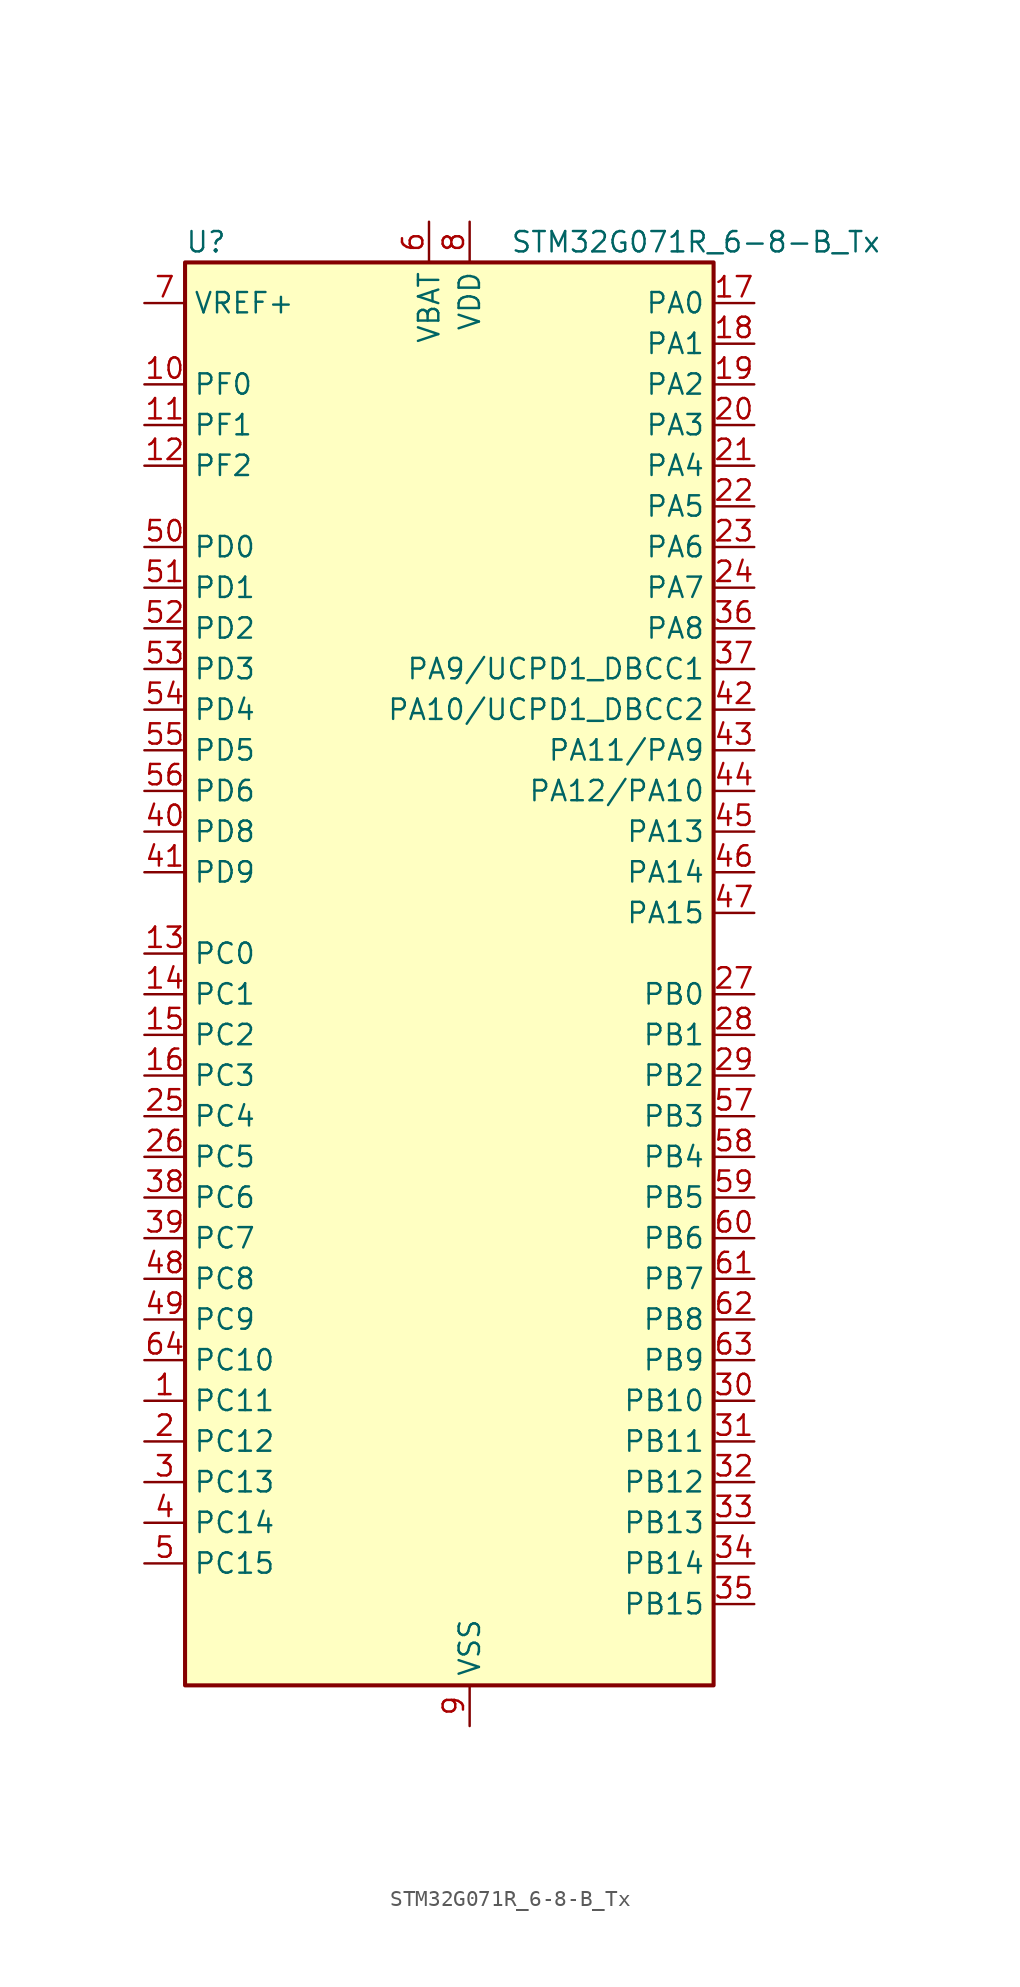
<source format=kicad_sym>
(kicad_symbol_lib
  (version 20211014)
  (generator kicad-library-utils)
  (symbol "STM32G071R_6-8-B_Tx"
    (property "Reference" "U"
      (at -15.24 46.99 0)
      (effects (font (size 1.27 1.27)) (justify left)))
    (property "Value" "STM32G071R_6-8-B_Tx"
      (at 5.08 46.99 0)
      (effects (font (size 1.27 1.27)) (justify left)))
    (property "ki_fp_filters" "LQFP*10x10mm*P0.5mm*"
      (at 0.0 0.0 0.0)
      (effects (font (size 1.27 1.27))))
    (symbol "STM32G071R_6-8-B_Tx_0_1"
      (rectangle (start -15.24 -43.18) (end 17.78 45.72) (stroke (width 0.254)) (fill (type background))))
    (symbol "STM32G071R_6-8-B_Tx_1_1"
      (pin input line (at -17.78 43.18 0) (length 2.54) (name "VREF+" (effects (font (size 1.27 1.27)))) (number "7" (effects (font (size 1.27 1.27)))) (alternate "VREFBUF_OUT" bidirectional line))
      (pin bidirectional line (at -17.78 38.1 0) (length 2.54) (name "PF0" (effects (font (size 1.27 1.27)))) (number "10" (effects (font (size 1.27 1.27)))) (alternate "RCC_OSC_IN" bidirectional line) (alternate "TIM14_CH1" bidirectional line))
      (pin bidirectional line (at -17.78 35.56 0) (length 2.54) (name "PF1" (effects (font (size 1.27 1.27)))) (number "11" (effects (font (size 1.27 1.27)))) (alternate "RCC_OSC_EN" bidirectional line) (alternate "RCC_OSC_OUT" bidirectional line) (alternate "TIM15_CH1N" bidirectional line))
      (pin bidirectional line (at -17.78 33.02 0) (length 2.54) (name "PF2" (effects (font (size 1.27 1.27)))) (number "12" (effects (font (size 1.27 1.27)))) (alternate "RCC_MCO" bidirectional line))
      (pin bidirectional line (at -17.78 27.94 0) (length 2.54) (name "PD0" (effects (font (size 1.27 1.27)))) (number "50" (effects (font (size 1.27 1.27)))) (alternate "SPI2_NSS" bidirectional line) (alternate "TIM16_CH1" bidirectional line) (alternate "UCPD2_CC1" bidirectional line))
      (pin bidirectional line (at -17.78 25.4 0) (length 2.54) (name "PD1" (effects (font (size 1.27 1.27)))) (number "51" (effects (font (size 1.27 1.27)))) (alternate "SPI2_SCK" bidirectional line) (alternate "TIM17_CH1" bidirectional line) (alternate "UCPD2_DBCC1" bidirectional line))
      (pin bidirectional line (at -17.78 22.86 0) (length 2.54) (name "PD2" (effects (font (size 1.27 1.27)))) (number "52" (effects (font (size 1.27 1.27)))) (alternate "TIM1_CH1N" bidirectional line) (alternate "TIM3_ETR" bidirectional line) (alternate "UCPD2_CC2" bidirectional line) (alternate "USART3_CK" bidirectional line) (alternate "USART3_DE" bidirectional line) (alternate "USART3_RTS" bidirectional line))
      (pin bidirectional line (at -17.78 20.32 0) (length 2.54) (name "PD3" (effects (font (size 1.27 1.27)))) (number "53" (effects (font (size 1.27 1.27)))) (alternate "SPI2_MISO" bidirectional line) (alternate "TIM1_CH2N" bidirectional line) (alternate "UCPD2_DBCC2" bidirectional line) (alternate "USART2_CTS" bidirectional line) (alternate "USART2_NSS" bidirectional line))
      (pin bidirectional line (at -17.78 17.78 0) (length 2.54) (name "PD4" (effects (font (size 1.27 1.27)))) (number "54" (effects (font (size 1.27 1.27)))) (alternate "SPI2_MOSI" bidirectional line) (alternate "TIM1_CH3N" bidirectional line) (alternate "USART2_CK" bidirectional line) (alternate "USART2_DE" bidirectional line) (alternate "USART2_RTS" bidirectional line))
      (pin bidirectional line (at -17.78 15.24 0) (length 2.54) (name "PD5" (effects (font (size 1.27 1.27)))) (number "55" (effects (font (size 1.27 1.27)))) (alternate "I2S1_MCK" bidirectional line) (alternate "SPI1_MISO" bidirectional line) (alternate "TIM1_BK" bidirectional line) (alternate "USART2_TX" bidirectional line))
      (pin bidirectional line (at -17.78 12.7 0) (length 2.54) (name "PD6" (effects (font (size 1.27 1.27)))) (number "56" (effects (font (size 1.27 1.27)))) (alternate "I2S1_SD" bidirectional line) (alternate "LPTIM2_OUT" bidirectional line) (alternate "SPI1_MOSI" bidirectional line) (alternate "USART2_RX" bidirectional line))
      (pin bidirectional line (at -17.78 10.16 0) (length 2.54) (name "PD8" (effects (font (size 1.27 1.27)))) (number "40" (effects (font (size 1.27 1.27)))) (alternate "I2S1_CK" bidirectional line) (alternate "LPTIM1_OUT" bidirectional line) (alternate "SPI1_SCK" bidirectional line) (alternate "USART3_TX" bidirectional line))
      (pin bidirectional line (at -17.78 7.62 0) (length 2.54) (name "PD9" (effects (font (size 1.27 1.27)))) (number "41" (effects (font (size 1.27 1.27)))) (alternate "DAC1_EXTI9" bidirectional line) (alternate "I2S1_WS" bidirectional line) (alternate "SPI1_NSS" bidirectional line) (alternate "TIM1_BK2" bidirectional line) (alternate "USART3_RX" bidirectional line))
      (pin bidirectional line (at -17.78 2.54 0) (length 2.54) (name "PC0" (effects (font (size 1.27 1.27)))) (number "13" (effects (font (size 1.27 1.27)))) (alternate "LPTIM1_IN1" bidirectional line) (alternate "LPTIM2_IN1" bidirectional line) (alternate "LPUART1_RX" bidirectional line))
      (pin bidirectional line (at -17.78 0.0 0) (length 2.54) (name "PC1" (effects (font (size 1.27 1.27)))) (number "14" (effects (font (size 1.27 1.27)))) (alternate "LPTIM1_OUT" bidirectional line) (alternate "LPUART1_TX" bidirectional line) (alternate "TIM15_CH1" bidirectional line))
      (pin bidirectional line (at -17.78 -2.54 0) (length 2.54) (name "PC2" (effects (font (size 1.27 1.27)))) (number "15" (effects (font (size 1.27 1.27)))) (alternate "LPTIM1_IN2" bidirectional line) (alternate "SPI2_MISO" bidirectional line) (alternate "TIM15_CH2" bidirectional line))
      (pin bidirectional line (at -17.78 -5.08 0) (length 2.54) (name "PC3" (effects (font (size 1.27 1.27)))) (number "16" (effects (font (size 1.27 1.27)))) (alternate "LPTIM1_ETR" bidirectional line) (alternate "LPTIM2_ETR" bidirectional line) (alternate "SPI2_MOSI" bidirectional line))
      (pin bidirectional line (at -17.78 -7.62 0) (length 2.54) (name "PC4" (effects (font (size 1.27 1.27)))) (number "25" (effects (font (size 1.27 1.27)))) (alternate "ADC1_IN17" bidirectional line) (alternate "COMP1_INM" bidirectional line) (alternate "TIM2_CH1" bidirectional line) (alternate "TIM2_ETR" bidirectional line) (alternate "USART1_TX" bidirectional line) (alternate "USART3_TX" bidirectional line))
      (pin bidirectional line (at -17.78 -10.16 0) (length 2.54) (name "PC5" (effects (font (size 1.27 1.27)))) (number "26" (effects (font (size 1.27 1.27)))) (alternate "ADC1_IN18" bidirectional line) (alternate "COMP1_INP" bidirectional line) (alternate "SYS_WKUP5" bidirectional line) (alternate "TIM2_CH2" bidirectional line) (alternate "USART1_RX" bidirectional line) (alternate "USART3_RX" bidirectional line))
      (pin bidirectional line (at -17.78 -12.7 0) (length 2.54) (name "PC6" (effects (font (size 1.27 1.27)))) (number "38" (effects (font (size 1.27 1.27)))) (alternate "TIM2_CH3" bidirectional line) (alternate "TIM3_CH1" bidirectional line) (alternate "UCPD1_FRSTX1" bidirectional line) (alternate "UCPD1_FRSTX2" bidirectional line))
      (pin bidirectional line (at -17.78 -15.24 0) (length 2.54) (name "PC7" (effects (font (size 1.27 1.27)))) (number "39" (effects (font (size 1.27 1.27)))) (alternate "TIM2_CH4" bidirectional line) (alternate "TIM3_CH2" bidirectional line) (alternate "UCPD2_FRSTX1" bidirectional line) (alternate "UCPD2_FRSTX2" bidirectional line))
      (pin bidirectional line (at -17.78 -17.78 0) (length 2.54) (name "PC8" (effects (font (size 1.27 1.27)))) (number "48" (effects (font (size 1.27 1.27)))) (alternate "TIM1_CH1" bidirectional line) (alternate "TIM3_CH3" bidirectional line) (alternate "UCPD2_FRSTX1" bidirectional line) (alternate "UCPD2_FRSTX2" bidirectional line))
      (pin bidirectional line (at -17.78 -20.32 0) (length 2.54) (name "PC9" (effects (font (size 1.27 1.27)))) (number "49" (effects (font (size 1.27 1.27)))) (alternate "DAC1_EXTI9" bidirectional line) (alternate "I2S_CKIN" bidirectional line) (alternate "TIM1_CH2" bidirectional line) (alternate "TIM3_CH4" bidirectional line))
      (pin bidirectional line (at -17.78 -22.86 0) (length 2.54) (name "PC10" (effects (font (size 1.27 1.27)))) (number "64" (effects (font (size 1.27 1.27)))) (alternate "TIM1_CH3" bidirectional line) (alternate "USART3_TX" bidirectional line) (alternate "USART4_TX" bidirectional line))
      (pin bidirectional line (at -17.78 -25.4 0) (length 2.54) (name "PC11" (effects (font (size 1.27 1.27)))) (number "1" (effects (font (size 1.27 1.27)))) (alternate "ADC1_EXTI11" bidirectional line) (alternate "TIM1_CH4" bidirectional line) (alternate "USART3_RX" bidirectional line) (alternate "USART4_RX" bidirectional line))
      (pin bidirectional line (at -17.78 -27.94 0) (length 2.54) (name "PC12" (effects (font (size 1.27 1.27)))) (number "2" (effects (font (size 1.27 1.27)))) (alternate "LPTIM1_IN1" bidirectional line) (alternate "TIM14_CH1" bidirectional line) (alternate "UCPD1_FRSTX1" bidirectional line) (alternate "UCPD1_FRSTX2" bidirectional line))
      (pin bidirectional line (at -17.78 -30.48 0) (length 2.54) (name "PC13" (effects (font (size 1.27 1.27)))) (number "3" (effects (font (size 1.27 1.27)))) (alternate "RTC_OUT_ALARM" bidirectional line) (alternate "RTC_OUT_CALIB" bidirectional line) (alternate "RTC_TAMP_IN1" bidirectional line) (alternate "RTC_TS" bidirectional line) (alternate "SYS_WKUP2" bidirectional line) (alternate "TIM1_BK" bidirectional line))
      (pin bidirectional line (at -17.78 -33.02 0) (length 2.54) (name "PC14" (effects (font (size 1.27 1.27)))) (number "4" (effects (font (size 1.27 1.27)))) (alternate "RCC_OSC32_IN" bidirectional line) (alternate "TIM1_BK2" bidirectional line))
      (pin bidirectional line (at -17.78 -35.56 0) (length 2.54) (name "PC15" (effects (font (size 1.27 1.27)))) (number "5" (effects (font (size 1.27 1.27)))) (alternate "RCC_OSC32_EN" bidirectional line) (alternate "RCC_OSC32_OUT" bidirectional line) (alternate "RCC_OSC_EN" bidirectional line) (alternate "TIM15_BK" bidirectional line))
      (pin bidirectional line (at 20.32 43.18 180) (length 2.54) (name "PA0" (effects (font (size 1.27 1.27)))) (number "17" (effects (font (size 1.27 1.27)))) (alternate "ADC1_IN0" bidirectional line) (alternate "COMP1_INM" bidirectional line) (alternate "COMP1_OUT" bidirectional line) (alternate "LPTIM1_OUT" bidirectional line) (alternate "RTC_TAMP_IN2" bidirectional line) (alternate "SPI2_SCK" bidirectional line) (alternate "SYS_WKUP1" bidirectional line) (alternate "TIM2_CH1" bidirectional line) (alternate "TIM2_ETR" bidirectional line) (alternate "UCPD2_FRSTX1" bidirectional line) (alternate "UCPD2_FRSTX2" bidirectional line) (alternate "USART2_CTS" bidirectional line) (alternate "USART2_NSS" bidirectional line) (alternate "USART4_TX" bidirectional line))
      (pin bidirectional line (at 20.32 40.64 180) (length 2.54) (name "PA1" (effects (font (size 1.27 1.27)))) (number "18" (effects (font (size 1.27 1.27)))) (alternate "ADC1_IN1" bidirectional line) (alternate "COMP1_INP" bidirectional line) (alternate "I2C1_SMBA" bidirectional line) (alternate "I2S1_CK" bidirectional line) (alternate "SPI1_SCK" bidirectional line) (alternate "TIM15_CH1N" bidirectional line) (alternate "TIM2_CH2" bidirectional line) (alternate "USART2_CK" bidirectional line) (alternate "USART2_DE" bidirectional line) (alternate "USART2_RTS" bidirectional line) (alternate "USART4_RX" bidirectional line))
      (pin bidirectional line (at 20.32 38.1 180) (length 2.54) (name "PA2" (effects (font (size 1.27 1.27)))) (number "19" (effects (font (size 1.27 1.27)))) (alternate "ADC1_IN2" bidirectional line) (alternate "COMP2_INM" bidirectional line) (alternate "COMP2_OUT" bidirectional line) (alternate "I2S1_SD" bidirectional line) (alternate "LPUART1_TX" bidirectional line) (alternate "RCC_LSCO" bidirectional line) (alternate "SPI1_MOSI" bidirectional line) (alternate "SYS_WKUP4" bidirectional line) (alternate "TIM15_CH1" bidirectional line) (alternate "TIM2_CH3" bidirectional line) (alternate "UCPD1_FRSTX1" bidirectional line) (alternate "UCPD1_FRSTX2" bidirectional line) (alternate "USART2_TX" bidirectional line))
      (pin bidirectional line (at 20.32 35.56 180) (length 2.54) (name "PA3" (effects (font (size 1.27 1.27)))) (number "20" (effects (font (size 1.27 1.27)))) (alternate "ADC1_IN3" bidirectional line) (alternate "COMP2_INP" bidirectional line) (alternate "LPUART1_RX" bidirectional line) (alternate "SPI2_MISO" bidirectional line) (alternate "TIM15_CH2" bidirectional line) (alternate "TIM2_CH4" bidirectional line) (alternate "UCPD2_FRSTX1" bidirectional line) (alternate "UCPD2_FRSTX2" bidirectional line) (alternate "USART2_RX" bidirectional line))
      (pin bidirectional line (at 20.32 33.02 180) (length 2.54) (name "PA4" (effects (font (size 1.27 1.27)))) (number "21" (effects (font (size 1.27 1.27)))) (alternate "ADC1_IN4" bidirectional line) (alternate "DAC1_OUT1" bidirectional line) (alternate "I2S1_WS" bidirectional line) (alternate "LPTIM2_OUT" bidirectional line) (alternate "RTC_OUT_ALARM" bidirectional line) (alternate "RTC_OUT_CALIB" bidirectional line) (alternate "SPI1_NSS" bidirectional line) (alternate "SPI2_MOSI" bidirectional line) (alternate "TIM14_CH1" bidirectional line) (alternate "UCPD2_FRSTX1" bidirectional line) (alternate "UCPD2_FRSTX2" bidirectional line))
      (pin bidirectional line (at 20.32 30.48 180) (length 2.54) (name "PA5" (effects (font (size 1.27 1.27)))) (number "22" (effects (font (size 1.27 1.27)))) (alternate "ADC1_IN5" bidirectional line) (alternate "CEC" bidirectional line) (alternate "DAC1_OUT2" bidirectional line) (alternate "I2S1_CK" bidirectional line) (alternate "LPTIM2_ETR" bidirectional line) (alternate "SPI1_SCK" bidirectional line) (alternate "TIM2_CH1" bidirectional line) (alternate "TIM2_ETR" bidirectional line) (alternate "UCPD1_FRSTX1" bidirectional line) (alternate "UCPD1_FRSTX2" bidirectional line) (alternate "USART3_TX" bidirectional line))
      (pin bidirectional line (at 20.32 27.94 180) (length 2.54) (name "PA6" (effects (font (size 1.27 1.27)))) (number "23" (effects (font (size 1.27 1.27)))) (alternate "ADC1_IN6" bidirectional line) (alternate "COMP1_OUT" bidirectional line) (alternate "I2S1_MCK" bidirectional line) (alternate "LPUART1_CTS" bidirectional line) (alternate "SPI1_MISO" bidirectional line) (alternate "TIM16_CH1" bidirectional line) (alternate "TIM1_BK" bidirectional line) (alternate "TIM3_CH1" bidirectional line) (alternate "USART3_CTS" bidirectional line) (alternate "USART3_NSS" bidirectional line))
      (pin bidirectional line (at 20.32 25.4 180) (length 2.54) (name "PA7" (effects (font (size 1.27 1.27)))) (number "24" (effects (font (size 1.27 1.27)))) (alternate "ADC1_IN7" bidirectional line) (alternate "COMP2_OUT" bidirectional line) (alternate "I2S1_SD" bidirectional line) (alternate "SPI1_MOSI" bidirectional line) (alternate "TIM14_CH1" bidirectional line) (alternate "TIM17_CH1" bidirectional line) (alternate "TIM1_CH1N" bidirectional line) (alternate "TIM3_CH2" bidirectional line) (alternate "UCPD1_FRSTX1" bidirectional line) (alternate "UCPD1_FRSTX2" bidirectional line))
      (pin bidirectional line (at 20.32 22.86 180) (length 2.54) (name "PA8" (effects (font (size 1.27 1.27)))) (number "36" (effects (font (size 1.27 1.27)))) (alternate "LPTIM2_OUT" bidirectional line) (alternate "RCC_MCO" bidirectional line) (alternate "SPI2_NSS" bidirectional line) (alternate "TIM1_CH1" bidirectional line) (alternate "UCPD1_CC1" bidirectional line))
      (pin bidirectional line (at 20.32 20.32 180) (length 2.54) (name "PA9/UCPD1_DBCC1" (effects (font (size 1.27 1.27)))) (number "37" (effects (font (size 1.27 1.27)))) (alternate "DAC1_EXTI9" bidirectional line) (alternate "I2C1_SCL" bidirectional line) (alternate "RCC_MCO" bidirectional line) (alternate "SPI2_MISO" bidirectional line) (alternate "TIM15_BK" bidirectional line) (alternate "TIM1_CH2" bidirectional line) (alternate "UCPD1_DBCC1" bidirectional line) (alternate "USART1_TX" bidirectional line))
      (pin bidirectional line (at 20.32 17.78 180) (length 2.54) (name "PA10/UCPD1_DBCC2" (effects (font (size 1.27 1.27)))) (number "42" (effects (font (size 1.27 1.27)))) (alternate "I2C1_SDA" bidirectional line) (alternate "SPI2_MOSI" bidirectional line) (alternate "TIM17_BK" bidirectional line) (alternate "TIM1_CH3" bidirectional line) (alternate "UCPD1_DBCC2" bidirectional line) (alternate "USART1_RX" bidirectional line))
      (pin bidirectional line (at 20.32 15.24 180) (length 2.54) (name "PA11/PA9" (effects (font (size 1.27 1.27)))) (number "43" (effects (font (size 1.27 1.27)))) (alternate "ADC1_EXTI11" bidirectional line) (alternate "COMP1_OUT" bidirectional line) (alternate "I2C2_SCL" bidirectional line) (alternate "I2S1_MCK" bidirectional line) (alternate "SPI1_MISO" bidirectional line) (alternate "TIM1_BK2" bidirectional line) (alternate "TIM1_CH4" bidirectional line) (alternate "USART1_CTS" bidirectional line) (alternate "USART1_NSS" bidirectional line))
      (pin bidirectional line (at 20.32 12.7 180) (length 2.54) (name "PA12/PA10" (effects (font (size 1.27 1.27)))) (number "44" (effects (font (size 1.27 1.27)))) (alternate "COMP2_OUT" bidirectional line) (alternate "I2C2_SDA" bidirectional line) (alternate "I2S1_SD" bidirectional line) (alternate "I2S_CKIN" bidirectional line) (alternate "SPI1_MOSI" bidirectional line) (alternate "TIM1_ETR" bidirectional line) (alternate "USART1_CK" bidirectional line) (alternate "USART1_DE" bidirectional line) (alternate "USART1_RTS" bidirectional line))
      (pin bidirectional line (at 20.32 10.16 180) (length 2.54) (name "PA13" (effects (font (size 1.27 1.27)))) (number "45" (effects (font (size 1.27 1.27)))) (alternate "IR_OUT" bidirectional line) (alternate "SYS_SWDIO" bidirectional line))
      (pin bidirectional line (at 20.32 7.62 180) (length 2.54) (name "PA14" (effects (font (size 1.27 1.27)))) (number "46" (effects (font (size 1.27 1.27)))) (alternate "SYS_SWCLK" bidirectional line) (alternate "USART2_TX" bidirectional line))
      (pin bidirectional line (at 20.32 5.08 180) (length 2.54) (name "PA15" (effects (font (size 1.27 1.27)))) (number "47" (effects (font (size 1.27 1.27)))) (alternate "I2S1_WS" bidirectional line) (alternate "SPI1_NSS" bidirectional line) (alternate "TIM2_CH1" bidirectional line) (alternate "TIM2_ETR" bidirectional line) (alternate "USART2_RX" bidirectional line) (alternate "USART3_CK" bidirectional line) (alternate "USART3_DE" bidirectional line) (alternate "USART3_RTS" bidirectional line) (alternate "USART4_CK" bidirectional line) (alternate "USART4_DE" bidirectional line) (alternate "USART4_RTS" bidirectional line))
      (pin bidirectional line (at 20.32 0.0 180) (length 2.54) (name "PB0" (effects (font (size 1.27 1.27)))) (number "27" (effects (font (size 1.27 1.27)))) (alternate "ADC1_IN8" bidirectional line) (alternate "COMP1_OUT" bidirectional line) (alternate "I2S1_WS" bidirectional line) (alternate "LPTIM1_OUT" bidirectional line) (alternate "SPI1_NSS" bidirectional line) (alternate "TIM1_CH2N" bidirectional line) (alternate "TIM3_CH3" bidirectional line) (alternate "UCPD1_FRSTX1" bidirectional line) (alternate "UCPD1_FRSTX2" bidirectional line) (alternate "USART3_RX" bidirectional line))
      (pin bidirectional line (at 20.32 -2.54 180) (length 2.54) (name "PB1" (effects (font (size 1.27 1.27)))) (number "28" (effects (font (size 1.27 1.27)))) (alternate "ADC1_IN9" bidirectional line) (alternate "COMP1_INM" bidirectional line) (alternate "LPTIM2_IN1" bidirectional line) (alternate "LPUART1_DE" bidirectional line) (alternate "LPUART1_RTS" bidirectional line) (alternate "TIM14_CH1" bidirectional line) (alternate "TIM1_CH3N" bidirectional line) (alternate "TIM3_CH4" bidirectional line) (alternate "USART3_CK" bidirectional line) (alternate "USART3_DE" bidirectional line) (alternate "USART3_RTS" bidirectional line))
      (pin bidirectional line (at 20.32 -5.08 180) (length 2.54) (name "PB2" (effects (font (size 1.27 1.27)))) (number "29" (effects (font (size 1.27 1.27)))) (alternate "ADC1_IN10" bidirectional line) (alternate "COMP1_INP" bidirectional line) (alternate "LPTIM1_OUT" bidirectional line) (alternate "SPI2_MISO" bidirectional line) (alternate "USART3_TX" bidirectional line))
      (pin bidirectional line (at 20.32 -7.62 180) (length 2.54) (name "PB3" (effects (font (size 1.27 1.27)))) (number "57" (effects (font (size 1.27 1.27)))) (alternate "COMP2_INM" bidirectional line) (alternate "I2S1_CK" bidirectional line) (alternate "SPI1_SCK" bidirectional line) (alternate "TIM1_CH2" bidirectional line) (alternate "TIM2_CH2" bidirectional line) (alternate "USART1_CK" bidirectional line) (alternate "USART1_DE" bidirectional line) (alternate "USART1_RTS" bidirectional line))
      (pin bidirectional line (at 20.32 -10.16 180) (length 2.54) (name "PB4" (effects (font (size 1.27 1.27)))) (number "58" (effects (font (size 1.27 1.27)))) (alternate "COMP2_INP" bidirectional line) (alternate "I2S1_MCK" bidirectional line) (alternate "SPI1_MISO" bidirectional line) (alternate "TIM17_BK" bidirectional line) (alternate "TIM3_CH1" bidirectional line) (alternate "USART1_CTS" bidirectional line) (alternate "USART1_NSS" bidirectional line))
      (pin bidirectional line (at 20.32 -12.7 180) (length 2.54) (name "PB5" (effects (font (size 1.27 1.27)))) (number "59" (effects (font (size 1.27 1.27)))) (alternate "COMP2_OUT" bidirectional line) (alternate "I2C1_SMBA" bidirectional line) (alternate "I2S1_SD" bidirectional line) (alternate "LPTIM1_IN1" bidirectional line) (alternate "SPI1_MOSI" bidirectional line) (alternate "SYS_WKUP6" bidirectional line) (alternate "TIM16_BK" bidirectional line) (alternate "TIM3_CH2" bidirectional line))
      (pin bidirectional line (at 20.32 -15.24 180) (length 2.54) (name "PB6" (effects (font (size 1.27 1.27)))) (number "60" (effects (font (size 1.27 1.27)))) (alternate "COMP2_INP" bidirectional line) (alternate "I2C1_SCL" bidirectional line) (alternate "LPTIM1_ETR" bidirectional line) (alternate "SPI2_MISO" bidirectional line) (alternate "TIM16_CH1N" bidirectional line) (alternate "TIM1_CH3" bidirectional line) (alternate "USART1_TX" bidirectional line))
      (pin bidirectional line (at 20.32 -17.78 180) (length 2.54) (name "PB7" (effects (font (size 1.27 1.27)))) (number "61" (effects (font (size 1.27 1.27)))) (alternate "COMP2_INM" bidirectional line) (alternate "I2C1_SDA" bidirectional line) (alternate "LPTIM1_IN2" bidirectional line) (alternate "SPI2_MOSI" bidirectional line) (alternate "SYS_PVD_IN" bidirectional line) (alternate "TIM17_CH1N" bidirectional line) (alternate "USART1_RX" bidirectional line) (alternate "USART4_CTS" bidirectional line) (alternate "USART4_NSS" bidirectional line))
      (pin bidirectional line (at 20.32 -20.32 180) (length 2.54) (name "PB8" (effects (font (size 1.27 1.27)))) (number "62" (effects (font (size 1.27 1.27)))) (alternate "CEC" bidirectional line) (alternate "I2C1_SCL" bidirectional line) (alternate "SPI2_SCK" bidirectional line) (alternate "TIM15_BK" bidirectional line) (alternate "TIM16_CH1" bidirectional line) (alternate "USART3_TX" bidirectional line))
      (pin bidirectional line (at 20.32 -22.86 180) (length 2.54) (name "PB9" (effects (font (size 1.27 1.27)))) (number "63" (effects (font (size 1.27 1.27)))) (alternate "DAC1_EXTI9" bidirectional line) (alternate "I2C1_SDA" bidirectional line) (alternate "IR_OUT" bidirectional line) (alternate "SPI2_NSS" bidirectional line) (alternate "TIM17_CH1" bidirectional line) (alternate "UCPD2_FRSTX1" bidirectional line) (alternate "UCPD2_FRSTX2" bidirectional line) (alternate "USART3_RX" bidirectional line))
      (pin bidirectional line (at 20.32 -25.4 180) (length 2.54) (name "PB10" (effects (font (size 1.27 1.27)))) (number "30" (effects (font (size 1.27 1.27)))) (alternate "ADC1_IN11" bidirectional line) (alternate "CEC" bidirectional line) (alternate "COMP1_OUT" bidirectional line) (alternate "I2C2_SCL" bidirectional line) (alternate "LPUART1_RX" bidirectional line) (alternate "SPI2_SCK" bidirectional line) (alternate "TIM2_CH3" bidirectional line) (alternate "USART3_TX" bidirectional line))
      (pin bidirectional line (at 20.32 -27.94 180) (length 2.54) (name "PB11" (effects (font (size 1.27 1.27)))) (number "31" (effects (font (size 1.27 1.27)))) (alternate "ADC1_EXTI11" bidirectional line) (alternate "ADC1_IN15" bidirectional line) (alternate "COMP2_OUT" bidirectional line) (alternate "I2C2_SDA" bidirectional line) (alternate "LPUART1_TX" bidirectional line) (alternate "SPI2_MOSI" bidirectional line) (alternate "TIM2_CH4" bidirectional line) (alternate "USART3_RX" bidirectional line))
      (pin bidirectional line (at 20.32 -30.48 180) (length 2.54) (name "PB12" (effects (font (size 1.27 1.27)))) (number "32" (effects (font (size 1.27 1.27)))) (alternate "ADC1_IN16" bidirectional line) (alternate "LPUART1_DE" bidirectional line) (alternate "LPUART1_RTS" bidirectional line) (alternate "SPI2_NSS" bidirectional line) (alternate "TIM15_BK" bidirectional line) (alternate "TIM1_BK" bidirectional line) (alternate "UCPD2_FRSTX1" bidirectional line) (alternate "UCPD2_FRSTX2" bidirectional line))
      (pin bidirectional line (at 20.32 -33.02 180) (length 2.54) (name "PB13" (effects (font (size 1.27 1.27)))) (number "33" (effects (font (size 1.27 1.27)))) (alternate "I2C2_SCL" bidirectional line) (alternate "LPUART1_CTS" bidirectional line) (alternate "SPI2_SCK" bidirectional line) (alternate "TIM15_CH1N" bidirectional line) (alternate "TIM1_CH1N" bidirectional line) (alternate "USART3_CTS" bidirectional line) (alternate "USART3_NSS" bidirectional line))
      (pin bidirectional line (at 20.32 -35.56 180) (length 2.54) (name "PB14" (effects (font (size 1.27 1.27)))) (number "34" (effects (font (size 1.27 1.27)))) (alternate "I2C2_SDA" bidirectional line) (alternate "SPI2_MISO" bidirectional line) (alternate "TIM15_CH1" bidirectional line) (alternate "TIM1_CH2N" bidirectional line) (alternate "UCPD1_FRSTX1" bidirectional line) (alternate "UCPD1_FRSTX2" bidirectional line) (alternate "USART3_CK" bidirectional line) (alternate "USART3_DE" bidirectional line) (alternate "USART3_RTS" bidirectional line))
      (pin bidirectional line (at 20.32 -38.1 180) (length 2.54) (name "PB15" (effects (font (size 1.27 1.27)))) (number "35" (effects (font (size 1.27 1.27)))) (alternate "RTC_REFIN" bidirectional line) (alternate "SPI2_MOSI" bidirectional line) (alternate "TIM15_CH1N" bidirectional line) (alternate "TIM15_CH2" bidirectional line) (alternate "TIM1_CH3N" bidirectional line) (alternate "UCPD1_CC2" bidirectional line))
      (pin power_in line (at 0.0 48.26 270) (length 2.54) (name "VBAT" (effects (font (size 1.27 1.27)))) (number "6" (effects (font (size 1.27 1.27)))))
      (pin power_in line (at 2.54 48.26 270) (length 2.54) (name "VDD" (effects (font (size 1.27 1.27)))) (number "8" (effects (font (size 1.27 1.27)))))
      (pin power_in line (at 2.54 -45.72 90) (length 2.54) (name "VSS" (effects (font (size 1.27 1.27)))) (number "9" (effects (font (size 1.27 1.27))))))))
</source>
